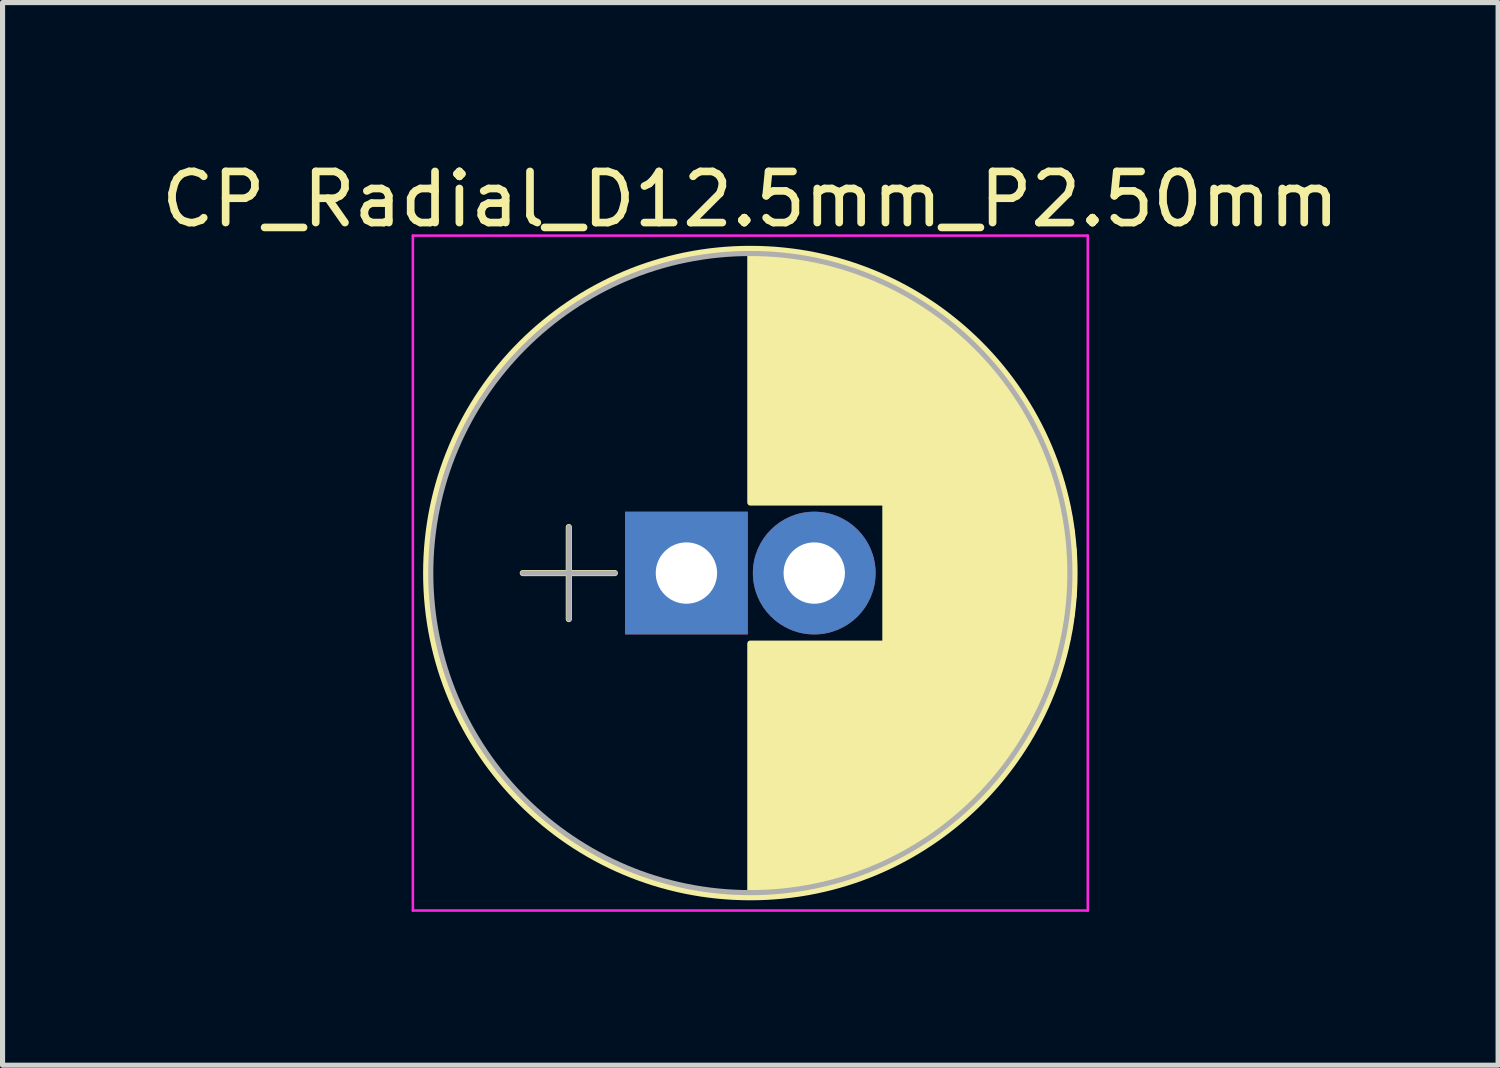
<source format=kicad_pcb>
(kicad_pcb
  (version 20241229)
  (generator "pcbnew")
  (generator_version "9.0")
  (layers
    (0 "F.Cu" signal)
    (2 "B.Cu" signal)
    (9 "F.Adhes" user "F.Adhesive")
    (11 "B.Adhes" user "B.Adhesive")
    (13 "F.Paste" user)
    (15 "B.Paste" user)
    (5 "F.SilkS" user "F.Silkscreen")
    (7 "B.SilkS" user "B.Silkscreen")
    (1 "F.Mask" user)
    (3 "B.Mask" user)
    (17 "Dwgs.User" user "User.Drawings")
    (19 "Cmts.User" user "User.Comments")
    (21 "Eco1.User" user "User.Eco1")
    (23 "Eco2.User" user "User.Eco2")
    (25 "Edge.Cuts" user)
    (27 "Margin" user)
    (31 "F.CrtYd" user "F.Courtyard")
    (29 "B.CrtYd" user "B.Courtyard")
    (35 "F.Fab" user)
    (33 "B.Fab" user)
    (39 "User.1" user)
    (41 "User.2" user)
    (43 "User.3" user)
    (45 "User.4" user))
  (footprint "CP_Radial_D12.5mm_P2.50mm"
    (layer "F.Cu")
    (at 10.375 8.158)
    (property "Reference" "CP_Radial_D12.5mm_P2.50mm" (at 1.25 -7.31 0) (layer "F.SilkS") (effects (font (size 1 1) (thickness 0.15))))
    (attr through_hole)
    (fp_line (start -3.2 0) (end -1.4 0) (stroke (width 0.12) (type solid)) (layer "F.SilkS"))
    (fp_line (start -2.3 -0.9) (end -2.3 0.9) (stroke (width 0.12) (type solid)) (layer "F.SilkS"))
    (fp_line (start 1.25 -6.3) (end 1.25 -1.38) (stroke (width 0.12) (type solid)) (layer "F.SilkS"))
    (fp_line (start 1.25 1.38) (end 1.25 6.3) (stroke (width 0.12) (type solid)) (layer "F.SilkS"))
    (fp_line (start 1.29 -6.3) (end 1.29 -1.38) (stroke (width 0.12) (type solid)) (layer "F.SilkS"))
    (fp_line (start 1.29 1.38) (end 1.29 6.3) (stroke (width 0.12) (type solid)) (layer "F.SilkS"))
    (fp_line (start 1.33 -6.3) (end 1.33 -1.38) (stroke (width 0.12) (type solid)) (layer "F.SilkS"))
    (fp_line (start 1.33 1.38) (end 1.33 6.3) (stroke (width 0.12) (type solid)) (layer "F.SilkS"))
    (fp_line (start 1.37 -6.299) (end 1.37 -1.38) (stroke (width 0.12) (type solid)) (layer "F.SilkS"))
    (fp_line (start 1.37 1.38) (end 1.37 6.299) (stroke (width 0.12) (type solid)) (layer "F.SilkS"))
    (fp_line (start 1.41 -6.298) (end 1.41 -1.38) (stroke (width 0.12) (type solid)) (layer "F.SilkS"))
    (fp_line (start 1.41 1.38) (end 1.41 6.298) (stroke (width 0.12) (type solid)) (layer "F.SilkS"))
    (fp_line (start 1.45 -6.297) (end 1.45 -1.38) (stroke (width 0.12) (type solid)) (layer "F.SilkS"))
    (fp_line (start 1.45 1.38) (end 1.45 6.297) (stroke (width 0.12) (type solid)) (layer "F.SilkS"))
    (fp_line (start 1.49 -6.296) (end 1.49 -1.38) (stroke (width 0.12) (type solid)) (layer "F.SilkS"))
    (fp_line (start 1.49 1.38) (end 1.49 6.296) (stroke (width 0.12) (type solid)) (layer "F.SilkS"))
    (fp_line (start 1.53 -6.294) (end 1.53 -1.38) (stroke (width 0.12) (type solid)) (layer "F.SilkS"))
    (fp_line (start 1.53 1.38) (end 1.53 6.294) (stroke (width 0.12) (type solid)) (layer "F.SilkS"))
    (fp_line (start 1.57 -6.292) (end 1.57 -1.38) (stroke (width 0.12) (type solid)) (layer "F.SilkS"))
    (fp_line (start 1.57 1.38) (end 1.57 6.292) (stroke (width 0.12) (type solid)) (layer "F.SilkS"))
    (fp_line (start 1.61 -6.29) (end 1.61 -1.38) (stroke (width 0.12) (type solid)) (layer "F.SilkS"))
    (fp_line (start 1.61 1.38) (end 1.61 6.29) (stroke (width 0.12) (type solid)) (layer "F.SilkS"))
    (fp_line (start 1.65 -6.288) (end 1.65 -1.38) (stroke (width 0.12) (type solid)) (layer "F.SilkS"))
    (fp_line (start 1.65 1.38) (end 1.65 6.288) (stroke (width 0.12) (type solid)) (layer "F.SilkS"))
    (fp_line (start 1.69 -6.285) (end 1.69 -1.38) (stroke (width 0.12) (type solid)) (layer "F.SilkS"))
    (fp_line (start 1.69 1.38) (end 1.69 6.285) (stroke (width 0.12) (type solid)) (layer "F.SilkS"))
    (fp_line (start 1.73 -6.282) (end 1.73 -1.38) (stroke (width 0.12) (type solid)) (layer "F.SilkS"))
    (fp_line (start 1.73 1.38) (end 1.73 6.282) (stroke (width 0.12) (type solid)) (layer "F.SilkS"))
    (fp_line (start 1.77 -6.279) (end 1.77 -1.38) (stroke (width 0.12) (type solid)) (layer "F.SilkS"))
    (fp_line (start 1.77 1.38) (end 1.77 6.279) (stroke (width 0.12) (type solid)) (layer "F.SilkS"))
    (fp_line (start 1.81 -6.276) (end 1.81 -1.38) (stroke (width 0.12) (type solid)) (layer "F.SilkS"))
    (fp_line (start 1.81 1.38) (end 1.81 6.276) (stroke (width 0.12) (type solid)) (layer "F.SilkS"))
    (fp_line (start 1.85 -6.272) (end 1.85 -1.38) (stroke (width 0.12) (type solid)) (layer "F.SilkS"))
    (fp_line (start 1.85 1.38) (end 1.85 6.272) (stroke (width 0.12) (type solid)) (layer "F.SilkS"))
    (fp_line (start 1.89 -6.268) (end 1.89 -1.38) (stroke (width 0.12) (type solid)) (layer "F.SilkS"))
    (fp_line (start 1.89 1.38) (end 1.89 6.268) (stroke (width 0.12) (type solid)) (layer "F.SilkS"))
    (fp_line (start 1.93 -6.264) (end 1.93 -1.38) (stroke (width 0.12) (type solid)) (layer "F.SilkS"))
    (fp_line (start 1.93 1.38) (end 1.93 6.264) (stroke (width 0.12) (type solid)) (layer "F.SilkS"))
    (fp_line (start 1.971 -6.259) (end 1.971 -1.38) (stroke (width 0.12) (type solid)) (layer "F.SilkS"))
    (fp_line (start 1.971 1.38) (end 1.971 6.259) (stroke (width 0.12) (type solid)) (layer "F.SilkS"))
    (fp_line (start 2.011 -6.255) (end 2.011 -1.38) (stroke (width 0.12) (type solid)) (layer "F.SilkS"))
    (fp_line (start 2.011 1.38) (end 2.011 6.255) (stroke (width 0.12) (type solid)) (layer "F.SilkS"))
    (fp_line (start 2.051 -6.25) (end 2.051 -1.38) (stroke (width 0.12) (type solid)) (layer "F.SilkS"))
    (fp_line (start 2.051 1.38) (end 2.051 6.25) (stroke (width 0.12) (type solid)) (layer "F.SilkS"))
    (fp_line (start 2.091 -6.245) (end 2.091 -1.38) (stroke (width 0.12) (type solid)) (layer "F.SilkS"))
    (fp_line (start 2.091 1.38) (end 2.091 6.245) (stroke (width 0.12) (type solid)) (layer "F.SilkS"))
    (fp_line (start 2.131 -6.239) (end 2.131 -1.38) (stroke (width 0.12) (type solid)) (layer "F.SilkS"))
    (fp_line (start 2.131 1.38) (end 2.131 6.239) (stroke (width 0.12) (type solid)) (layer "F.SilkS"))
    (fp_line (start 2.171 -6.233) (end 2.171 -1.38) (stroke (width 0.12) (type solid)) (layer "F.SilkS"))
    (fp_line (start 2.171 1.38) (end 2.171 6.233) (stroke (width 0.12) (type solid)) (layer "F.SilkS"))
    (fp_line (start 2.211 -6.227) (end 2.211 -1.38) (stroke (width 0.12) (type solid)) (layer "F.SilkS"))
    (fp_line (start 2.211 1.38) (end 2.211 6.227) (stroke (width 0.12) (type solid)) (layer "F.SilkS"))
    (fp_line (start 2.251 -6.221) (end 2.251 -1.38) (stroke (width 0.12) (type solid)) (layer "F.SilkS"))
    (fp_line (start 2.251 1.38) (end 2.251 6.221) (stroke (width 0.12) (type solid)) (layer "F.SilkS"))
    (fp_line (start 2.291 -6.215) (end 2.291 -1.38) (stroke (width 0.12) (type solid)) (layer "F.SilkS"))
    (fp_line (start 2.291 1.38) (end 2.291 6.215) (stroke (width 0.12) (type solid)) (layer "F.SilkS"))
    (fp_line (start 2.331 -6.208) (end 2.331 -1.38) (stroke (width 0.12) (type solid)) (layer "F.SilkS"))
    (fp_line (start 2.331 1.38) (end 2.331 6.208) (stroke (width 0.12) (type solid)) (layer "F.SilkS"))
    (fp_line (start 2.371 -6.201) (end 2.371 -1.38) (stroke (width 0.12) (type solid)) (layer "F.SilkS"))
    (fp_line (start 2.371 1.38) (end 2.371 6.201) (stroke (width 0.12) (type solid)) (layer "F.SilkS"))
    (fp_line (start 2.411 -6.193) (end 2.411 -1.38) (stroke (width 0.12) (type solid)) (layer "F.SilkS"))
    (fp_line (start 2.411 1.38) (end 2.411 6.193) (stroke (width 0.12) (type solid)) (layer "F.SilkS"))
    (fp_line (start 2.451 -6.186) (end 2.451 -1.38) (stroke (width 0.12) (type solid)) (layer "F.SilkS"))
    (fp_line (start 2.451 1.38) (end 2.451 6.186) (stroke (width 0.12) (type solid)) (layer "F.SilkS"))
    (fp_line (start 2.491 -6.178) (end 2.491 -1.38) (stroke (width 0.12) (type solid)) (layer "F.SilkS"))
    (fp_line (start 2.491 1.38) (end 2.491 6.178) (stroke (width 0.12) (type solid)) (layer "F.SilkS"))
    (fp_line (start 2.531 -6.17) (end 2.531 -1.38) (stroke (width 0.12) (type solid)) (layer "F.SilkS"))
    (fp_line (start 2.531 1.38) (end 2.531 6.17) (stroke (width 0.12) (type solid)) (layer "F.SilkS"))
    (fp_line (start 2.571 -6.162) (end 2.571 -1.38) (stroke (width 0.12) (type solid)) (layer "F.SilkS"))
    (fp_line (start 2.571 1.38) (end 2.571 6.162) (stroke (width 0.12) (type solid)) (layer "F.SilkS"))
    (fp_line (start 2.611 -6.153) (end 2.611 -1.38) (stroke (width 0.12) (type solid)) (layer "F.SilkS"))
    (fp_line (start 2.611 1.38) (end 2.611 6.153) (stroke (width 0.12) (type solid)) (layer "F.SilkS"))
    (fp_line (start 2.651 -6.144) (end 2.651 -1.38) (stroke (width 0.12) (type solid)) (layer "F.SilkS"))
    (fp_line (start 2.651 1.38) (end 2.651 6.144) (stroke (width 0.12) (type solid)) (layer "F.SilkS"))
    (fp_line (start 2.691 -6.135) (end 2.691 -1.38) (stroke (width 0.12) (type solid)) (layer "F.SilkS"))
    (fp_line (start 2.691 1.38) (end 2.691 6.135) (stroke (width 0.12) (type solid)) (layer "F.SilkS"))
    (fp_line (start 2.731 -6.125) (end 2.731 -1.38) (stroke (width 0.12) (type solid)) (layer "F.SilkS"))
    (fp_line (start 2.731 1.38) (end 2.731 6.125) (stroke (width 0.12) (type solid)) (layer "F.SilkS"))
    (fp_line (start 2.771 -6.116) (end 2.771 -1.38) (stroke (width 0.12) (type solid)) (layer "F.SilkS"))
    (fp_line (start 2.771 1.38) (end 2.771 6.116) (stroke (width 0.12) (type solid)) (layer "F.SilkS"))
    (fp_line (start 2.811 -6.106) (end 2.811 -1.38) (stroke (width 0.12) (type solid)) (layer "F.SilkS"))
    (fp_line (start 2.811 1.38) (end 2.811 6.106) (stroke (width 0.12) (type solid)) (layer "F.SilkS"))
    (fp_line (start 2.851 -6.095) (end 2.851 -1.38) (stroke (width 0.12) (type solid)) (layer "F.SilkS"))
    (fp_line (start 2.851 1.38) (end 2.851 6.095) (stroke (width 0.12) (type solid)) (layer "F.SilkS"))
    (fp_line (start 2.891 -6.085) (end 2.891 -1.38) (stroke (width 0.12) (type solid)) (layer "F.SilkS"))
    (fp_line (start 2.891 1.38) (end 2.891 6.085) (stroke (width 0.12) (type solid)) (layer "F.SilkS"))
    (fp_line (start 2.931 -6.074) (end 2.931 -1.38) (stroke (width 0.12) (type solid)) (layer "F.SilkS"))
    (fp_line (start 2.931 1.38) (end 2.931 6.074) (stroke (width 0.12) (type solid)) (layer "F.SilkS"))
    (fp_line (start 2.971 -6.063) (end 2.971 -1.38) (stroke (width 0.12) (type solid)) (layer "F.SilkS"))
    (fp_line (start 2.971 1.38) (end 2.971 6.063) (stroke (width 0.12) (type solid)) (layer "F.SilkS"))
    (fp_line (start 3.011 -6.051) (end 3.011 -1.38) (stroke (width 0.12) (type solid)) (layer "F.SilkS"))
    (fp_line (start 3.011 1.38) (end 3.011 6.051) (stroke (width 0.12) (type solid)) (layer "F.SilkS"))
    (fp_line (start 3.051 -6.04) (end 3.051 -1.38) (stroke (width 0.12) (type solid)) (layer "F.SilkS"))
    (fp_line (start 3.051 1.38) (end 3.051 6.04) (stroke (width 0.12) (type solid)) (layer "F.SilkS"))
    (fp_line (start 3.091 -6.028) (end 3.091 -1.38) (stroke (width 0.12) (type solid)) (layer "F.SilkS"))
    (fp_line (start 3.091 1.38) (end 3.091 6.028) (stroke (width 0.12) (type solid)) (layer "F.SilkS"))
    (fp_line (start 3.131 -6.015) (end 3.131 -1.38) (stroke (width 0.12) (type solid)) (layer "F.SilkS"))
    (fp_line (start 3.131 1.38) (end 3.131 6.015) (stroke (width 0.12) (type solid)) (layer "F.SilkS"))
    (fp_line (start 3.171 -6.003) (end 3.171 -1.38) (stroke (width 0.12) (type solid)) (layer "F.SilkS"))
    (fp_line (start 3.171 1.38) (end 3.171 6.003) (stroke (width 0.12) (type solid)) (layer "F.SilkS"))
    (fp_line (start 3.211 -5.99) (end 3.211 -1.38) (stroke (width 0.12) (type solid)) (layer "F.SilkS"))
    (fp_line (start 3.211 1.38) (end 3.211 5.99) (stroke (width 0.12) (type solid)) (layer "F.SilkS"))
    (fp_line (start 3.251 -5.977) (end 3.251 -1.38) (stroke (width 0.12) (type solid)) (layer "F.SilkS"))
    (fp_line (start 3.251 1.38) (end 3.251 5.977) (stroke (width 0.12) (type solid)) (layer "F.SilkS"))
    (fp_line (start 3.291 -5.963) (end 3.291 -1.38) (stroke (width 0.12) (type solid)) (layer "F.SilkS"))
    (fp_line (start 3.291 1.38) (end 3.291 5.963) (stroke (width 0.12) (type solid)) (layer "F.SilkS"))
    (fp_line (start 3.331 -5.95) (end 3.331 -1.38) (stroke (width 0.12) (type solid)) (layer "F.SilkS"))
    (fp_line (start 3.331 1.38) (end 3.331 5.95) (stroke (width 0.12) (type solid)) (layer "F.SilkS"))
    (fp_line (start 3.371 -5.936) (end 3.371 -1.38) (stroke (width 0.12) (type solid)) (layer "F.SilkS"))
    (fp_line (start 3.371 1.38) (end 3.371 5.936) (stroke (width 0.12) (type solid)) (layer "F.SilkS"))
    (fp_line (start 3.411 -5.921) (end 3.411 -1.38) (stroke (width 0.12) (type solid)) (layer "F.SilkS"))
    (fp_line (start 3.411 1.38) (end 3.411 5.921) (stroke (width 0.12) (type solid)) (layer "F.SilkS"))
    (fp_line (start 3.451 -5.907) (end 3.451 -1.38) (stroke (width 0.12) (type solid)) (layer "F.SilkS"))
    (fp_line (start 3.451 1.38) (end 3.451 5.907) (stroke (width 0.12) (type solid)) (layer "F.SilkS"))
    (fp_line (start 3.491 -5.892) (end 3.491 -1.38) (stroke (width 0.12) (type solid)) (layer "F.SilkS"))
    (fp_line (start 3.491 1.38) (end 3.491 5.892) (stroke (width 0.12) (type solid)) (layer "F.SilkS"))
    (fp_line (start 3.531 -5.876) (end 3.531 -1.38) (stroke (width 0.12) (type solid)) (layer "F.SilkS"))
    (fp_line (start 3.531 1.38) (end 3.531 5.876) (stroke (width 0.12) (type solid)) (layer "F.SilkS"))
    (fp_line (start 3.571 -5.861) (end 3.571 -1.38) (stroke (width 0.12) (type solid)) (layer "F.SilkS"))
    (fp_line (start 3.571 1.38) (end 3.571 5.861) (stroke (width 0.12) (type solid)) (layer "F.SilkS"))
    (fp_line (start 3.611 -5.845) (end 3.611 -1.38) (stroke (width 0.12) (type solid)) (layer "F.SilkS"))
    (fp_line (start 3.611 1.38) (end 3.611 5.845) (stroke (width 0.12) (type solid)) (layer "F.SilkS"))
    (fp_line (start 3.651 -5.829) (end 3.651 -1.38) (stroke (width 0.12) (type solid)) (layer "F.SilkS"))
    (fp_line (start 3.651 1.38) (end 3.651 5.829) (stroke (width 0.12) (type solid)) (layer "F.SilkS"))
    (fp_line (start 3.691 -5.812) (end 3.691 -1.38) (stroke (width 0.12) (type solid)) (layer "F.SilkS"))
    (fp_line (start 3.691 1.38) (end 3.691 5.812) (stroke (width 0.12) (type solid)) (layer "F.SilkS"))
    (fp_line (start 3.731 -5.795) (end 3.731 -1.38) (stroke (width 0.12) (type solid)) (layer "F.SilkS"))
    (fp_line (start 3.731 1.38) (end 3.731 5.795) (stroke (width 0.12) (type solid)) (layer "F.SilkS"))
    (fp_line (start 3.771 -5.778) (end 3.771 -1.38) (stroke (width 0.12) (type solid)) (layer "F.SilkS"))
    (fp_line (start 3.771 1.38) (end 3.771 5.778) (stroke (width 0.12) (type solid)) (layer "F.SilkS"))
    (fp_line (start 3.811 -5.761) (end 3.811 -1.38) (stroke (width 0.12) (type solid)) (layer "F.SilkS"))
    (fp_line (start 3.811 1.38) (end 3.811 5.761) (stroke (width 0.12) (type solid)) (layer "F.SilkS"))
    (fp_line (start 3.851 -5.743) (end 3.851 -1.38) (stroke (width 0.12) (type solid)) (layer "F.SilkS"))
    (fp_line (start 3.851 1.38) (end 3.851 5.743) (stroke (width 0.12) (type solid)) (layer "F.SilkS"))
    (fp_line (start 3.891 -5.725) (end 3.891 5.725) (stroke (width 0.12) (type solid)) (layer "F.SilkS"))
    (fp_line (start 3.931 -5.706) (end 3.931 5.706) (stroke (width 0.12) (type solid)) (layer "F.SilkS"))
    (fp_line (start 3.971 -5.687) (end 3.971 5.687) (stroke (width 0.12) (type solid)) (layer "F.SilkS"))
    (fp_line (start 4.011 -5.668) (end 4.011 5.668) (stroke (width 0.12) (type solid)) (layer "F.SilkS"))
    (fp_line (start 4.051 -5.649) (end 4.051 5.649) (stroke (width 0.12) (type solid)) (layer "F.SilkS"))
    (fp_line (start 4.091 -5.629) (end 4.091 5.629) (stroke (width 0.12) (type solid)) (layer "F.SilkS"))
    (fp_line (start 4.131 -5.609) (end 4.131 5.609) (stroke (width 0.12) (type solid)) (layer "F.SilkS"))
    (fp_line (start 4.171 -5.588) (end 4.171 5.588) (stroke (width 0.12) (type solid)) (layer "F.SilkS"))
    (fp_line (start 4.211 -5.567) (end 4.211 5.567) (stroke (width 0.12) (type solid)) (layer "F.SilkS"))
    (fp_line (start 4.251 -5.546) (end 4.251 5.546) (stroke (width 0.12) (type solid)) (layer "F.SilkS"))
    (fp_line (start 4.291 -5.524) (end 4.291 5.524) (stroke (width 0.12) (type solid)) (layer "F.SilkS"))
    (fp_line (start 4.331 -5.502) (end 4.331 5.502) (stroke (width 0.12) (type solid)) (layer "F.SilkS"))
    (fp_line (start 4.371 -5.48) (end 4.371 5.48) (stroke (width 0.12) (type solid)) (layer "F.SilkS"))
    (fp_line (start 4.411 -5.457) (end 4.411 5.457) (stroke (width 0.12) (type solid)) (layer "F.SilkS"))
    (fp_line (start 4.451 -5.434) (end 4.451 5.434) (stroke (width 0.12) (type solid)) (layer "F.SilkS"))
    (fp_line (start 4.491 -5.41) (end 4.491 5.41) (stroke (width 0.12) (type solid)) (layer "F.SilkS"))
    (fp_line (start 4.531 -5.386) (end 4.531 5.386) (stroke (width 0.12) (type solid)) (layer "F.SilkS"))
    (fp_line (start 4.571 -5.362) (end 4.571 5.362) (stroke (width 0.12) (type solid)) (layer "F.SilkS"))
    (fp_line (start 4.611 -5.337) (end 4.611 5.337) (stroke (width 0.12) (type solid)) (layer "F.SilkS"))
    (fp_line (start 4.651 -5.312) (end 4.651 5.312) (stroke (width 0.12) (type solid)) (layer "F.SilkS"))
    (fp_line (start 4.691 -5.286) (end 4.691 5.286) (stroke (width 0.12) (type solid)) (layer "F.SilkS"))
    (fp_line (start 4.731 -5.26) (end 4.731 5.26) (stroke (width 0.12) (type solid)) (layer "F.SilkS"))
    (fp_line (start 4.771 -5.234) (end 4.771 5.234) (stroke (width 0.12) (type solid)) (layer "F.SilkS"))
    (fp_line (start 4.811 -5.207) (end 4.811 5.207) (stroke (width 0.12) (type solid)) (layer "F.SilkS"))
    (fp_line (start 4.851 -5.179) (end 4.851 5.179) (stroke (width 0.12) (type solid)) (layer "F.SilkS"))
    (fp_line (start 4.891 -5.151) (end 4.891 5.151) (stroke (width 0.12) (type solid)) (layer "F.SilkS"))
    (fp_line (start 4.931 -5.123) (end 4.931 5.123) (stroke (width 0.12) (type solid)) (layer "F.SilkS"))
    (fp_line (start 4.971 -5.094) (end 4.971 5.094) (stroke (width 0.12) (type solid)) (layer "F.SilkS"))
    (fp_line (start 5.011 -5.065) (end 5.011 5.065) (stroke (width 0.12) (type solid)) (layer "F.SilkS"))
    (fp_line (start 5.051 -5.035) (end 5.051 5.035) (stroke (width 0.12) (type solid)) (layer "F.SilkS"))
    (fp_line (start 5.091 -5.005) (end 5.091 5.005) (stroke (width 0.12) (type solid)) (layer "F.SilkS"))
    (fp_line (start 5.131 -4.975) (end 5.131 4.975) (stroke (width 0.12) (type solid)) (layer "F.SilkS"))
    (fp_line (start 5.171 -4.943) (end 5.171 4.943) (stroke (width 0.12) (type solid)) (layer "F.SilkS"))
    (fp_line (start 5.211 -4.912) (end 5.211 4.912) (stroke (width 0.12) (type solid)) (layer "F.SilkS"))
    (fp_line (start 5.251 -4.879) (end 5.251 4.879) (stroke (width 0.12) (type solid)) (layer "F.SilkS"))
    (fp_line (start 5.291 -4.847) (end 5.291 4.847) (stroke (width 0.12) (type solid)) (layer "F.SilkS"))
    (fp_line (start 5.331 -4.813) (end 5.331 4.813) (stroke (width 0.12) (type solid)) (layer "F.SilkS"))
    (fp_line (start 5.371 -4.779) (end 5.371 4.779) (stroke (width 0.12) (type solid)) (layer "F.SilkS"))
    (fp_line (start 5.411 -4.745) (end 5.411 4.745) (stroke (width 0.12) (type solid)) (layer "F.SilkS"))
    (fp_line (start 5.451 -4.71) (end 5.451 4.71) (stroke (width 0.12) (type solid)) (layer "F.SilkS"))
    (fp_line (start 5.491 -4.674) (end 5.491 4.674) (stroke (width 0.12) (type solid)) (layer "F.SilkS"))
    (fp_line (start 5.531 -4.638) (end 5.531 4.638) (stroke (width 0.12) (type solid)) (layer "F.SilkS"))
    (fp_line (start 5.571 -4.601) (end 5.571 4.601) (stroke (width 0.12) (type solid)) (layer "F.SilkS"))
    (fp_line (start 5.611 -4.563) (end 5.611 4.563) (stroke (width 0.12) (type solid)) (layer "F.SilkS"))
    (fp_line (start 5.651 -4.525) (end 5.651 4.525) (stroke (width 0.12) (type solid)) (layer "F.SilkS"))
    (fp_line (start 5.691 -4.486) (end 5.691 4.486) (stroke (width 0.12) (type solid)) (layer "F.SilkS"))
    (fp_line (start 5.731 -4.447) (end 5.731 4.447) (stroke (width 0.12) (type solid)) (layer "F.SilkS"))
    (fp_line (start 5.771 -4.406) (end 5.771 4.406) (stroke (width 0.12) (type solid)) (layer "F.SilkS"))
    (fp_line (start 5.811 -4.365) (end 5.811 4.365) (stroke (width 0.12) (type solid)) (layer "F.SilkS"))
    (fp_line (start 5.851 -4.323) (end 5.851 4.323) (stroke (width 0.12) (type solid)) (layer "F.SilkS"))
    (fp_line (start 5.891 -4.281) (end 5.891 4.281) (stroke (width 0.12) (type solid)) (layer "F.SilkS"))
    (fp_line (start 5.931 -4.238) (end 5.931 4.238) (stroke (width 0.12) (type solid)) (layer "F.SilkS"))
    (fp_line (start 5.971 -4.193) (end 5.971 4.193) (stroke (width 0.12) (type solid)) (layer "F.SilkS"))
    (fp_line (start 6.011 -4.148) (end 6.011 4.148) (stroke (width 0.12) (type solid)) (layer "F.SilkS"))
    (fp_line (start 6.051 -4.102) (end 6.051 4.102) (stroke (width 0.12) (type solid)) (layer "F.SilkS"))
    (fp_line (start 6.091 -4.056) (end 6.091 4.056) (stroke (width 0.12) (type solid)) (layer "F.SilkS"))
    (fp_line (start 6.131 -4.008) (end 6.131 4.008) (stroke (width 0.12) (type solid)) (layer "F.SilkS"))
    (fp_line (start 6.171 -3.959) (end 6.171 3.959) (stroke (width 0.12) (type solid)) (layer "F.SilkS"))
    (fp_line (start 6.211 -3.909) (end 6.211 3.909) (stroke (width 0.12) (type solid)) (layer "F.SilkS"))
    (fp_line (start 6.251 -3.859) (end 6.251 3.859) (stroke (width 0.12) (type solid)) (layer "F.SilkS"))
    (fp_line (start 6.291 -3.807) (end 6.291 3.807) (stroke (width 0.12) (type solid)) (layer "F.SilkS"))
    (fp_line (start 6.331 -3.754) (end 6.331 3.754) (stroke (width 0.12) (type solid)) (layer "F.SilkS"))
    (fp_line (start 6.371 -3.7) (end 6.371 3.7) (stroke (width 0.12) (type solid)) (layer "F.SilkS"))
    (fp_line (start 6.411 -3.644) (end 6.411 3.644) (stroke (width 0.12) (type solid)) (layer "F.SilkS"))
    (fp_line (start 6.451 -3.588) (end 6.451 3.588) (stroke (width 0.12) (type solid)) (layer "F.SilkS"))
    (fp_line (start 6.491 -3.53) (end 6.491 3.53) (stroke (width 0.12) (type solid)) (layer "F.SilkS"))
    (fp_line (start 6.531 -3.47) (end 6.531 3.47) (stroke (width 0.12) (type solid)) (layer "F.SilkS"))
    (fp_line (start 6.571 -3.409) (end 6.571 3.409) (stroke (width 0.12) (type solid)) (layer "F.SilkS"))
    (fp_line (start 6.611 -3.347) (end 6.611 3.347) (stroke (width 0.12) (type solid)) (layer "F.SilkS"))
    (fp_line (start 6.651 -3.282) (end 6.651 3.282) (stroke (width 0.12) (type solid)) (layer "F.SilkS"))
    (fp_line (start 6.691 -3.217) (end 6.691 3.217) (stroke (width 0.12) (type solid)) (layer "F.SilkS"))
    (fp_line (start 6.731 -3.149) (end 6.731 3.149) (stroke (width 0.12) (type solid)) (layer "F.SilkS"))
    (fp_line (start 6.771 -3.079) (end 6.771 3.079) (stroke (width 0.12) (type solid)) (layer "F.SilkS"))
    (fp_line (start 6.811 -3.007) (end 6.811 3.007) (stroke (width 0.12) (type solid)) (layer "F.SilkS"))
    (fp_line (start 6.851 -2.933) (end 6.851 2.933) (stroke (width 0.12) (type solid)) (layer "F.SilkS"))
    (fp_line (start 6.891 -2.856) (end 6.891 2.856) (stroke (width 0.12) (type solid)) (layer "F.SilkS"))
    (fp_line (start 6.931 -2.777) (end 6.931 2.777) (stroke (width 0.12) (type solid)) (layer "F.SilkS"))
    (fp_line (start 6.971 -2.695) (end 6.971 2.695) (stroke (width 0.12) (type solid)) (layer "F.SilkS"))
    (fp_line (start 7.011 -2.61) (end 7.011 2.61) (stroke (width 0.12) (type solid)) (layer "F.SilkS"))
    (fp_line (start 7.051 -2.521) (end 7.051 2.521) (stroke (width 0.12) (type solid)) (layer "F.SilkS"))
    (fp_line (start 7.091 -2.428) (end 7.091 2.428) (stroke (width 0.12) (type solid)) (layer "F.SilkS"))
    (fp_line (start 7.131 -2.331) (end 7.131 2.331) (stroke (width 0.12) (type solid)) (layer "F.SilkS"))
    (fp_line (start 7.171 -2.23) (end 7.171 2.23) (stroke (width 0.12) (type solid)) (layer "F.SilkS"))
    (fp_line (start 7.211 -2.122) (end 7.211 2.122) (stroke (width 0.12) (type solid)) (layer "F.SilkS"))
    (fp_line (start 7.251 -2.009) (end 7.251 2.009) (stroke (width 0.12) (type solid)) (layer "F.SilkS"))
    (fp_line (start 7.291 -1.888) (end 7.291 1.888) (stroke (width 0.12) (type solid)) (layer "F.SilkS"))
    (fp_line (start 7.331 -1.757) (end 7.331 1.757) (stroke (width 0.12) (type solid)) (layer "F.SilkS"))
    (fp_line (start 7.371 -1.616) (end 7.371 1.616) (stroke (width 0.12) (type solid)) (layer "F.SilkS"))
    (fp_line (start 7.411 -1.46) (end 7.411 1.46) (stroke (width 0.12) (type solid)) (layer "F.SilkS"))
    (fp_line (start 7.451 -1.285) (end 7.451 1.285) (stroke (width 0.12) (type solid)) (layer "F.SilkS"))
    (fp_line (start 7.491 -1.082) (end 7.491 1.082) (stroke (width 0.12) (type solid)) (layer "F.SilkS"))
    (fp_line (start 7.531 -0.831) (end 7.531 0.831) (stroke (width 0.12) (type solid)) (layer "F.SilkS"))
    (fp_line (start 7.571 -0.464) (end 7.571 0.464) (stroke (width 0.12) (type solid)) (layer "F.SilkS"))
    (fp_circle (center 1.25 0) (end 7.59 0) (stroke (width 0.12) (type solid)) (fill no) (layer "F.SilkS"))
    (fp_line (start -5.35 -6.6) (end -5.35 6.6) (stroke (width 0.05) (type solid)) (layer "F.CrtYd"))
    (fp_line (start -5.35 6.6) (end 7.85 6.6) (stroke (width 0.05) (type solid)) (layer "F.CrtYd"))
    (fp_line (start 7.85 -6.6) (end -5.35 -6.6) (stroke (width 0.05) (type solid)) (layer "F.CrtYd"))
    (fp_line (start 7.85 6.6) (end 7.85 -6.6) (stroke (width 0.05) (type solid)) (layer "F.CrtYd"))
    (fp_line (start -3.2 0) (end -1.4 0) (stroke (width 0.1) (type solid)) (layer "F.Fab"))
    (fp_line (start -2.3 -0.9) (end -2.3 0.9) (stroke (width 0.1) (type solid)) (layer "F.Fab"))
    (fp_circle (center 1.25 0) (end 7.5 0) (stroke (width 0.1) (type solid)) (fill no) (layer "F.Fab"))
    (pad "1" thru_hole rect (at 0 0) (size 2.4 2.4) (drill 1.2) (layers "*.Cu" "*.Mask"))
    (pad "2" thru_hole circle (at 2.5 0) (size 2.4 2.4) (drill 1.2) (layers "*.Cu" "*.Mask")))
  (gr_rect
    (start -3 -3)
    (end 26.25 17.783)
    (stroke (width 0.1) (type default))
    (fill no)
    (layer "Edge.Cuts")))
</source>
